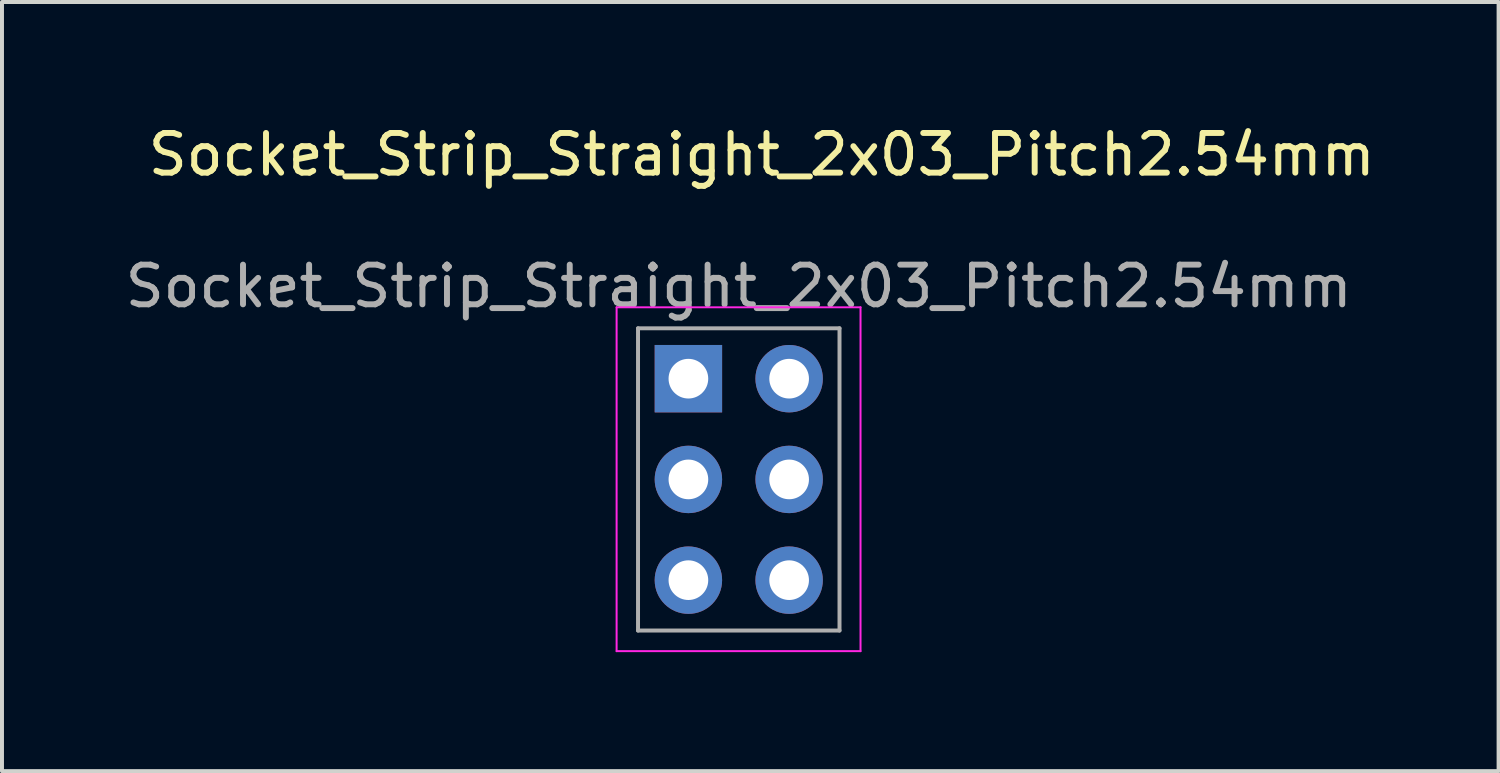
<source format=kicad_pcb>
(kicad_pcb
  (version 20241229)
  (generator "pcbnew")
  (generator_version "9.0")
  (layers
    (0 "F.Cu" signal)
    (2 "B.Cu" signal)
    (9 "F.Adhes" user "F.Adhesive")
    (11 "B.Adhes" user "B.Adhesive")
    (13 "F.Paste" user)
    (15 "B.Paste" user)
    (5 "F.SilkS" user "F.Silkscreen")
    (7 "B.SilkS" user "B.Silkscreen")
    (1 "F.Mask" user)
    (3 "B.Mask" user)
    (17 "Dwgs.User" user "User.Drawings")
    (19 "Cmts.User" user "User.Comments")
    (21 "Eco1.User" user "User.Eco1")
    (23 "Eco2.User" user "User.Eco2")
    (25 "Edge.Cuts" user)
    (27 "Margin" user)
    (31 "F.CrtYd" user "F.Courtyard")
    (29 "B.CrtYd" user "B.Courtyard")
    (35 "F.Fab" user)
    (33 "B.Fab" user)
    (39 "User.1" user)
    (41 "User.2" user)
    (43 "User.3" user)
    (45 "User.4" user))
  (footprint "Socket_Strip_Straight_2x03_Pitch2.54mm"
    (layer "F.Cu")
    (at 14.307 6.498)
    (property "Reference" "Socket_Strip_Straight_2x03_Pitch2.54mm" (at 1.85 -5.65 0) (layer "F.SilkS") (effects (font (size 1 1) (thickness 0.15))))
    (attr through_hole)
    (fp_line (start -1.81 -1.8) (end -1.81 6.87) (stroke (width 0.05) (type solid)) (layer "F.CrtYd"))
    (fp_line (start -1.81 6.87) (end 4.34 6.87) (stroke (width 0.05) (type solid)) (layer "F.CrtYd"))
    (fp_line (start 4.34 -1.8) (end -1.81 -1.8) (stroke (width 0.05) (type solid)) (layer "F.CrtYd"))
    (fp_line (start 4.34 6.87) (end 4.34 -1.8) (stroke (width 0.05) (type solid)) (layer "F.CrtYd"))
    (fp_line (start -1.27 -1.27) (end -1.27 6.35) (stroke (width 0.1) (type solid)) (layer "F.Fab"))
    (fp_line (start -1.27 6.35) (end 3.81 6.35) (stroke (width 0.1) (type solid)) (layer "F.Fab"))
    (fp_line (start 3.81 -1.27) (end -1.27 -1.27) (stroke (width 0.1) (type solid)) (layer "F.Fab"))
    (fp_line (start 3.81 6.35) (end 3.81 -1.27) (stroke (width 0.1) (type solid)) (layer "F.Fab"))
    (fp_text user "${REFERENCE}" (at 1.27 -2.33 0) (layer "F.Fab") (effects (font (size 1 1) (thickness 0.15))))
    (pad "1" thru_hole rect (at 0 0) (size 1.7 1.7) (drill 1) (layers "*.Cu" "*.Mask"))
    (pad "2" thru_hole oval (at 2.54 0) (size 1.7 1.7) (drill 1) (layers "*.Cu" "*.Mask"))
    (pad "3" thru_hole oval (at 0 2.54) (size 1.7 1.7) (drill 1) (layers "*.Cu" "*.Mask"))
    (pad "4" thru_hole oval (at 2.54 2.54) (size 1.7 1.7) (drill 1) (layers "*.Cu" "*.Mask"))
    (pad "5" thru_hole oval (at 0 5.08) (size 1.7 1.7) (drill 1) (layers "*.Cu" "*.Mask"))
    (pad "6" thru_hole oval (at 2.54 5.08) (size 1.7 1.7) (drill 1) (layers "*.Cu" "*.Mask")))
  (gr_rect
    (start -3 -3)
    (end 34.735 16.393)
    (stroke (width 0.1) (type default))
    (fill no)
    (layer "Edge.Cuts")))
</source>
